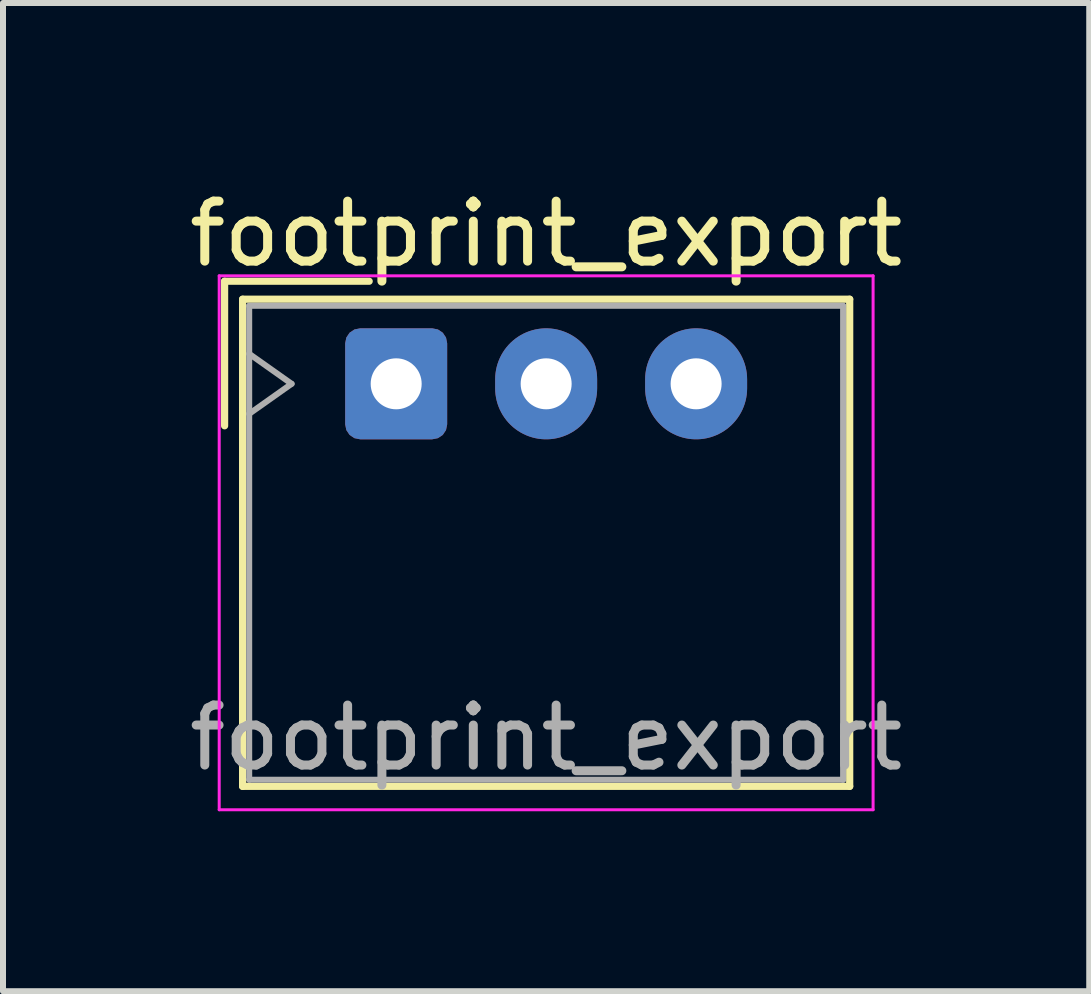
<source format=kicad_pcb>
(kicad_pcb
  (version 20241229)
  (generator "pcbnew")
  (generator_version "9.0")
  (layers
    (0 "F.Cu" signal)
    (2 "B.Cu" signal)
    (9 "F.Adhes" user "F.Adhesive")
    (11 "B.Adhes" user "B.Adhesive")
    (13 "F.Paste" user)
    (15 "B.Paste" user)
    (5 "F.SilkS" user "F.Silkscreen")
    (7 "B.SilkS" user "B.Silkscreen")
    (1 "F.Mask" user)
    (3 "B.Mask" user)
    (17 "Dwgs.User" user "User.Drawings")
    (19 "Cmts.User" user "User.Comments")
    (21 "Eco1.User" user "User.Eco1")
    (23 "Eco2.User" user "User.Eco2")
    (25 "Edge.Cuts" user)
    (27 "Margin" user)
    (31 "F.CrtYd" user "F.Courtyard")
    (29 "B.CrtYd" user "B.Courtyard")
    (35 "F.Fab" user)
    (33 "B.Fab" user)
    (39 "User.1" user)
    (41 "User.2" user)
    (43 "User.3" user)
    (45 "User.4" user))
  (footprint "footprint_export"
    (layer "F.Cu")
    (at 3.554 3.348)
    (property "Reference" "footprint_export" (at 2.5 -2.5 0) (layer "F.SilkS") (effects (font (size 1 1) (thickness 0.15))))
    (attr through_hole)
    (fp_line (start -2.86 -1.71) (end -0.45 -1.71) (stroke (width 0.12) (type solid)) (layer "F.SilkS"))
    (fp_line (start -2.86 0.7) (end -2.86 -1.71) (stroke (width 0.12) (type solid)) (layer "F.SilkS"))
    (fp_line (start -2.56 -1.41) (end -2.56 6.71) (stroke (width 0.12) (type solid)) (layer "F.SilkS"))
    (fp_line (start -2.56 6.71) (end 7.56 6.71) (stroke (width 0.12) (type solid)) (layer "F.SilkS"))
    (fp_line (start 7.56 -1.41) (end -2.56 -1.41) (stroke (width 0.12) (type solid)) (layer "F.SilkS"))
    (fp_line (start 7.56 6.71) (end 7.56 -1.41) (stroke (width 0.12) (type solid)) (layer "F.SilkS"))
    (fp_line (start -2.95 -1.8) (end -2.95 7.1) (stroke (width 0.05) (type solid)) (layer "F.CrtYd"))
    (fp_line (start -2.95 7.1) (end 7.95 7.1) (stroke (width 0.05) (type solid)) (layer "F.CrtYd"))
    (fp_line (start 7.95 -1.8) (end -2.95 -1.8) (stroke (width 0.05) (type solid)) (layer "F.CrtYd"))
    (fp_line (start 7.95 7.1) (end 7.95 -1.8) (stroke (width 0.05) (type solid)) (layer "F.CrtYd"))
    (fp_line (start -2.45 -1.3) (end -2.45 6.6) (stroke (width 0.1) (type solid)) (layer "F.Fab"))
    (fp_line (start -2.45 0.5) (end -1.743 0) (stroke (width 0.1) (type solid)) (layer "F.Fab"))
    (fp_line (start -2.45 6.6) (end 7.45 6.6) (stroke (width 0.1) (type solid)) (layer "F.Fab"))
    (fp_line (start -1.743 0) (end -2.45 -0.5) (stroke (width 0.1) (type solid)) (layer "F.Fab"))
    (fp_line (start 7.45 -1.3) (end -2.45 -1.3) (stroke (width 0.1) (type solid)) (layer "F.Fab"))
    (fp_line (start 7.45 6.6) (end 7.45 -1.3) (stroke (width 0.1) (type solid)) (layer "F.Fab"))
    (fp_text user "${REFERENCE}" (at 2.5 5.9 0) (layer "F.Fab") (effects (font (size 1 1) (thickness 0.15))))
    (pad "1" thru_hole roundrect (at 0 0) (size 1.7 1.85) (drill 0.85) (layers "*.Cu" "*.Mask") (roundrect_rratio 0.147))
    (pad "2" thru_hole oval (at 2.5 0) (size 1.7 1.85) (drill 0.85) (layers "*.Cu" "*.Mask"))
    (pad "3" thru_hole oval (at 5 0) (size 1.7 1.85) (drill 0.85) (layers "*.Cu" "*.Mask")))
  (gr_rect
    (start -3 -3)
    (end 15.107 13.473)
    (stroke (width 0.1) (type default))
    (fill no)
    (layer "Edge.Cuts")))
</source>
